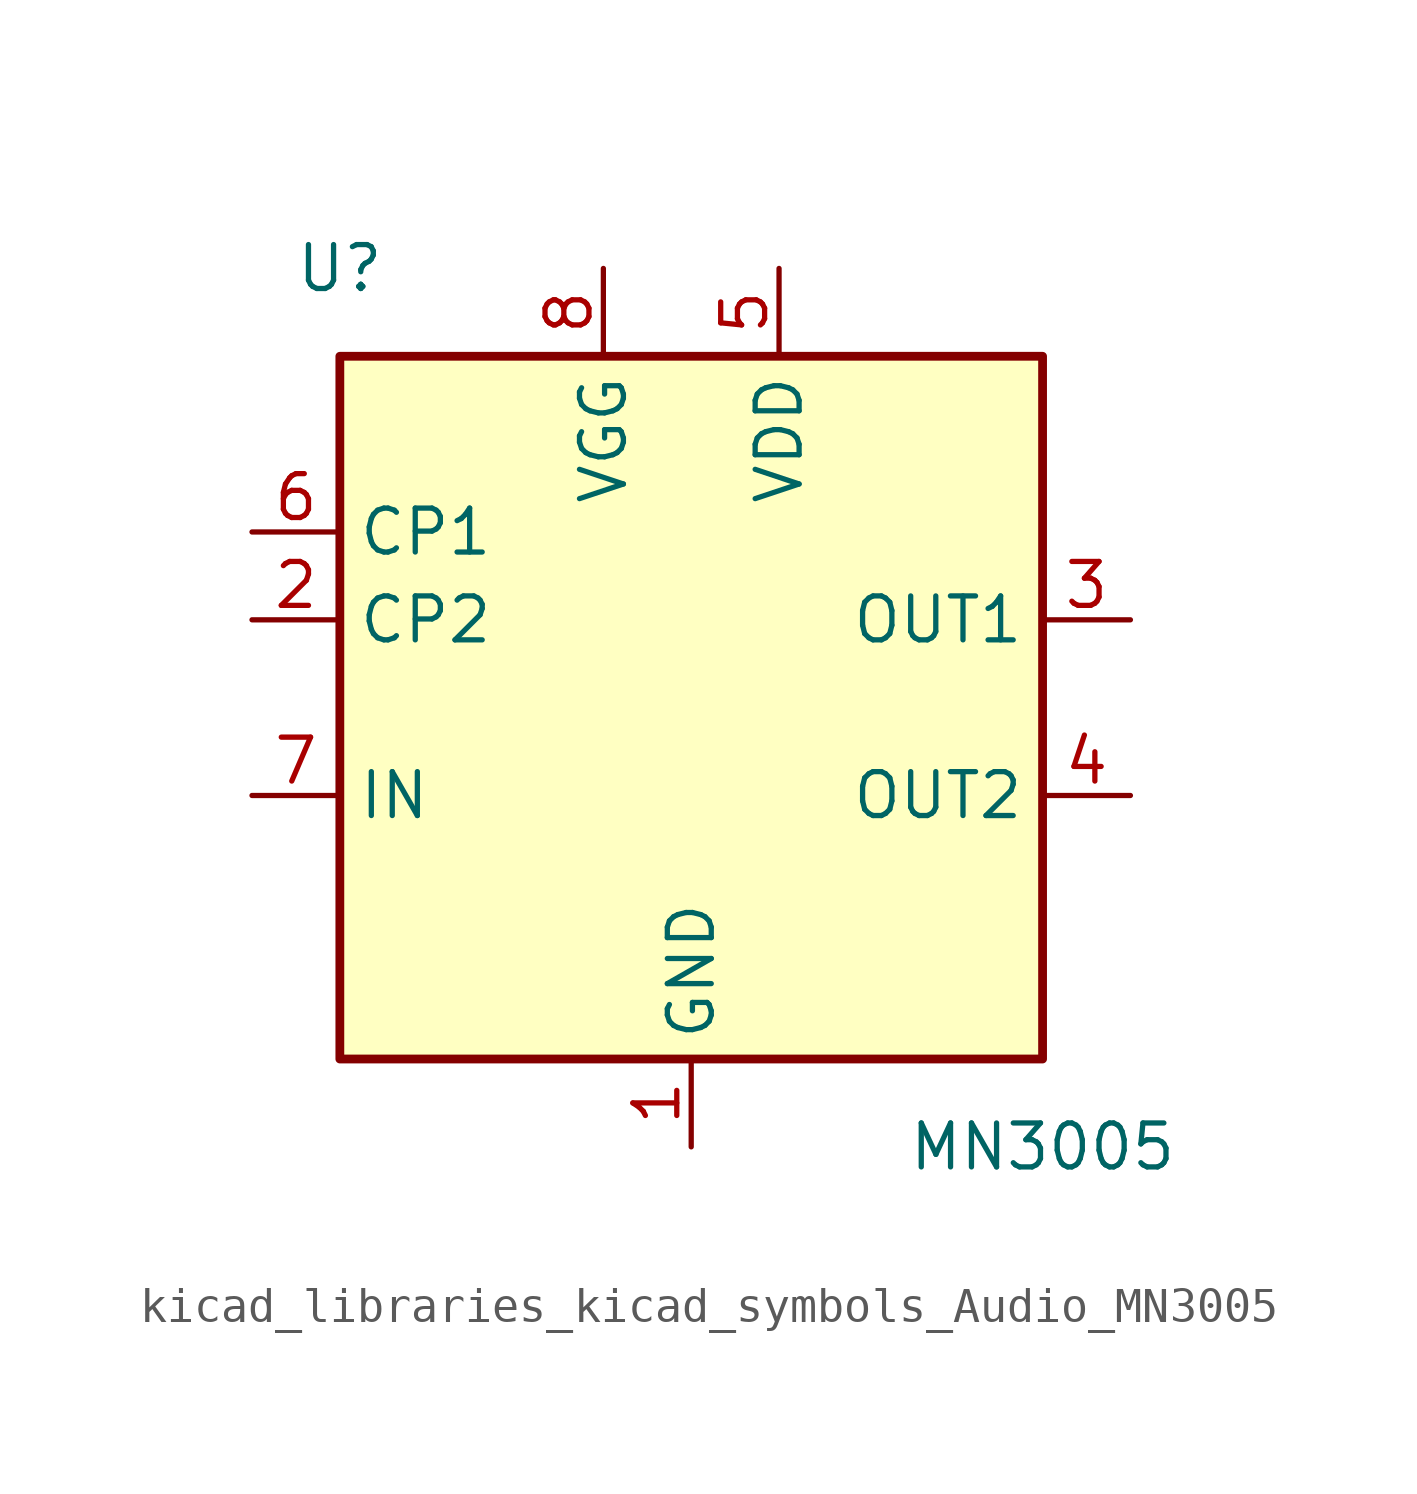
<source format=kicad_sym>
(kicad_symbol_lib
  (version 20220914)
  (generator kicad_symbol_editor)
  (symbol "kicad_libraries_kicad_symbols_Audio_MN3005"
    (property "Reference" "U"
      (at -10.16 12.7 0)
      (effects (font (size 1.27 1.27))))
    (property "Value" "MN3005"
      (at 10.16 -12.7 0)
      (effects (font (size 1.27 1.27))))
    (symbol "kicad_libraries_kicad_symbols_Audio_MN3005_0_1"
      (rectangle (start -10.16 10.16) (end 10.16 -10.16) (stroke (width 0.254) (type default)) (fill (type background))))
    (symbol "kicad_libraries_kicad_symbols_Audio_MN3005_1_1"
      (pin power_in line (at 0 -12.7 90) (length 2.54) (name "GND" (effects (font (size 1.27 1.27)))) (number "1" (effects (font (size 1.27 1.27)))))
      (pin input line (at -12.7 2.54 0) (length 2.54) (name "CP2" (effects (font (size 1.27 1.27)))) (number "2" (effects (font (size 1.27 1.27)))))
      (pin output line (at 12.7 2.54 180) (length 2.54) (name "OUT1" (effects (font (size 1.27 1.27)))) (number "3" (effects (font (size 1.27 1.27)))))
      (pin output line (at 12.7 -2.54 180) (length 2.54) (name "OUT2" (effects (font (size 1.27 1.27)))) (number "4" (effects (font (size 1.27 1.27)))))
      (pin power_in line (at 2.54 12.7 270) (length 2.54) (name "VDD" (effects (font (size 1.27 1.27)))) (number "5" (effects (font (size 1.27 1.27)))))
      (pin input line (at -12.7 5.08 0) (length 2.54) (name "CP1" (effects (font (size 1.27 1.27)))) (number "6" (effects (font (size 1.27 1.27)))))
      (pin input line (at -12.7 -2.54 0) (length 2.54) (name "IN" (effects (font (size 1.27 1.27)))) (number "7" (effects (font (size 1.27 1.27)))))
      (pin power_in line (at -2.54 12.7 270) (length 2.54) (name "VGG" (effects (font (size 1.27 1.27)))) (number "8" (effects (font (size 1.27 1.27))))))))
</source>
